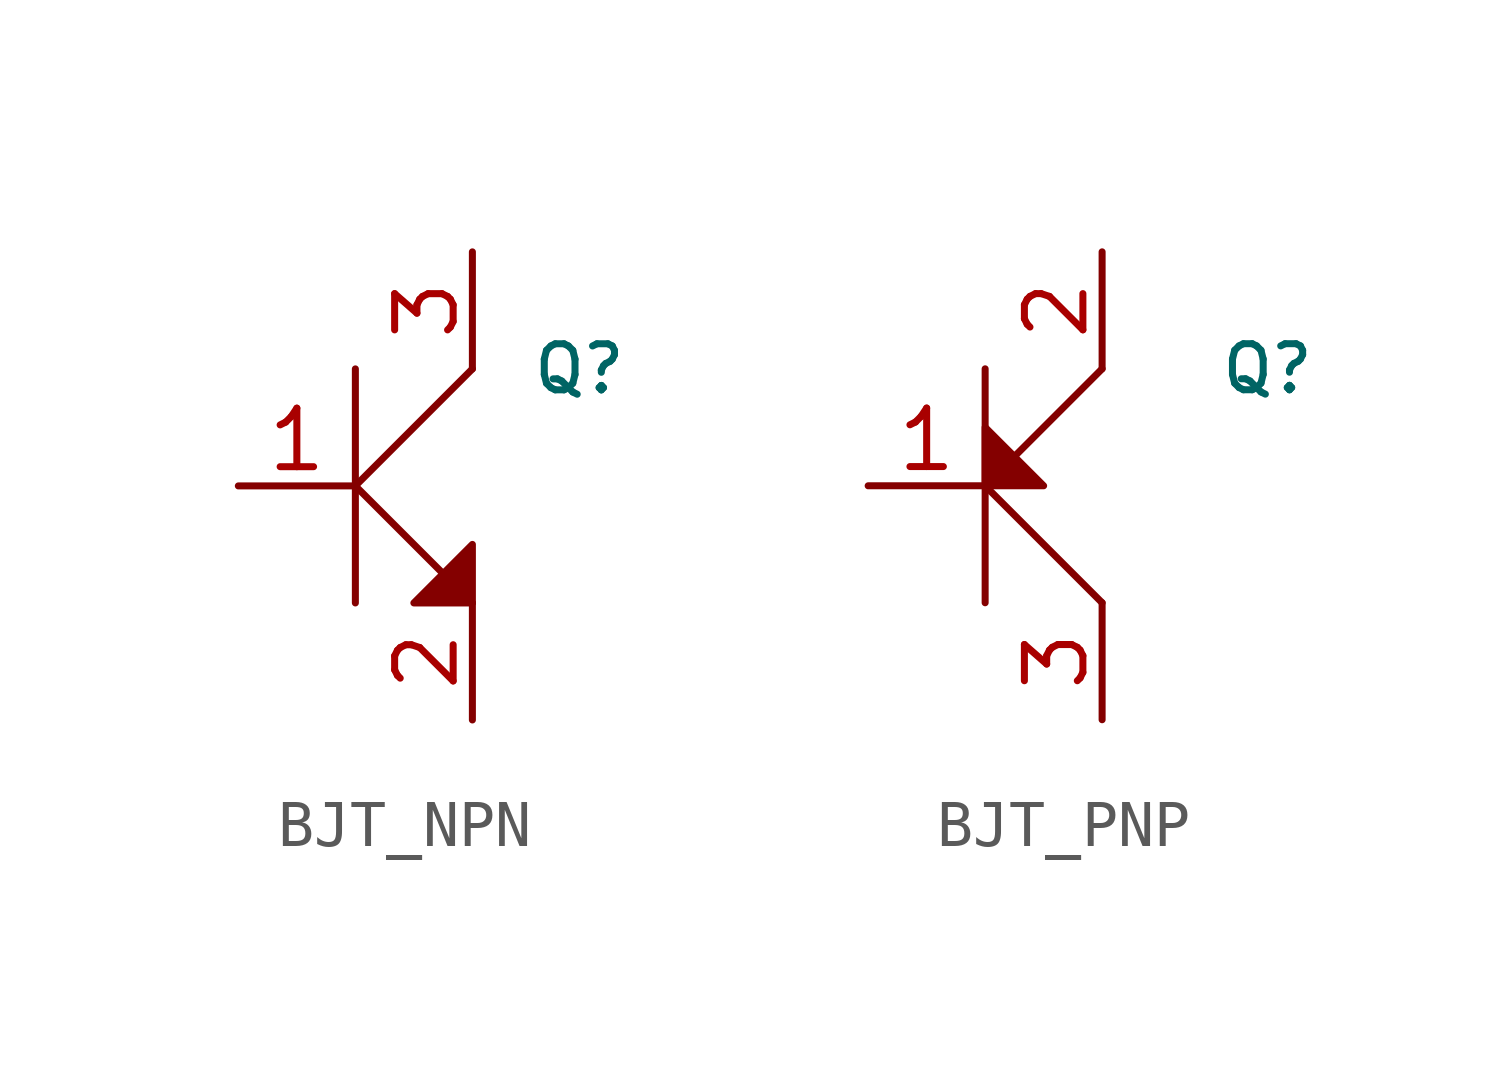
<source format=kicad_sym>
(kicad_symbol_lib
  (version 20231120)
  (generator "kicad_symbol_editor")
  (generator_version "8.0")
  (symbol "BJT_NPN"
    (pin_names hide)
    (property "Reference" "Q"
      (at 1.27 2.54 0)
      (do_not_autoplace)
      (effects (font (size 1 1)) (justify left)))
    (symbol "BJT_NPN_0_1"
      (polyline (pts (xy -2.54 0) (xy 0 -2.54)) (stroke (width 0) (type default)) (fill (type none)))
      (polyline (pts (xy -2.54 2.54) (xy -2.54 -2.54)) (stroke (width 0) (type default)) (fill (type none)))
      (polyline (pts (xy 0 2.54) (xy -2.54 0)) (stroke (width 0) (type default)) (fill (type none)))
      (polyline (pts (xy 0 -2.54) (xy 0 -1.27) (xy -1.27 -2.54) (xy 0 -2.54)) (stroke (width 0) (type default)) (fill (type outline))))
    (symbol "BJT_NPN_1_1"
      (pin passive line (at -5.08 0 0) (length 2.54) (name "B" (effects (font (size 1.27 1.27)))) (number "1" (effects (font (size 1.27 1.27)))))
      (pin passive line (at 0 -5.08 90) (length 2.54) (name "E" (effects (font (size 1.27 1.27)))) (number "2" (effects (font (size 1.27 1.27)))))
      (pin passive line (at 0 5.08 270) (length 2.54) (name "C" (effects (font (size 1.27 1.27)))) (number "3" (effects (font (size 1.27 1.27)))))))
  (symbol "BJT_PNP"
    (pin_names hide)
    (property "Reference" "Q"
      (at 2.54 2.54 0)
      (do_not_autoplace)
      (effects (font (size 1 1)) (justify left)))
    (symbol "BJT_PNP_0_1"
      (polyline (pts (xy -2.54 0) (xy 0 -2.54)) (stroke (width 0) (type default)) (fill (type none)))
      (polyline (pts (xy -2.54 2.54) (xy -2.54 -2.54)) (stroke (width 0) (type default)) (fill (type none)))
      (polyline (pts (xy 0 2.54) (xy -2.54 0)) (stroke (width 0) (type default)) (fill (type none)))
      (polyline (pts (xy -2.54 1.27) (xy -2.54 0) (xy -1.27 0) (xy -2.54 1.27)) (stroke (width 0) (type default)) (fill (type outline))))
    (symbol "BJT_PNP_1_1"
      (pin passive line (at -5.08 0 0) (length 2.54) (name "B" (effects (font (size 1.27 1.27)))) (number "1" (effects (font (size 1.27 1.27)))))
      (pin passive line (at 0 5.08 270) (length 2.54) (name "E" (effects (font (size 1.27 1.27)))) (number "2" (effects (font (size 1.27 1.27)))))
      (pin passive line (at 0 -5.08 90) (length 2.54) (name "C" (effects (font (size 1.27 1.27)))) (number "3" (effects (font (size 1.27 1.27))))))))
</source>
